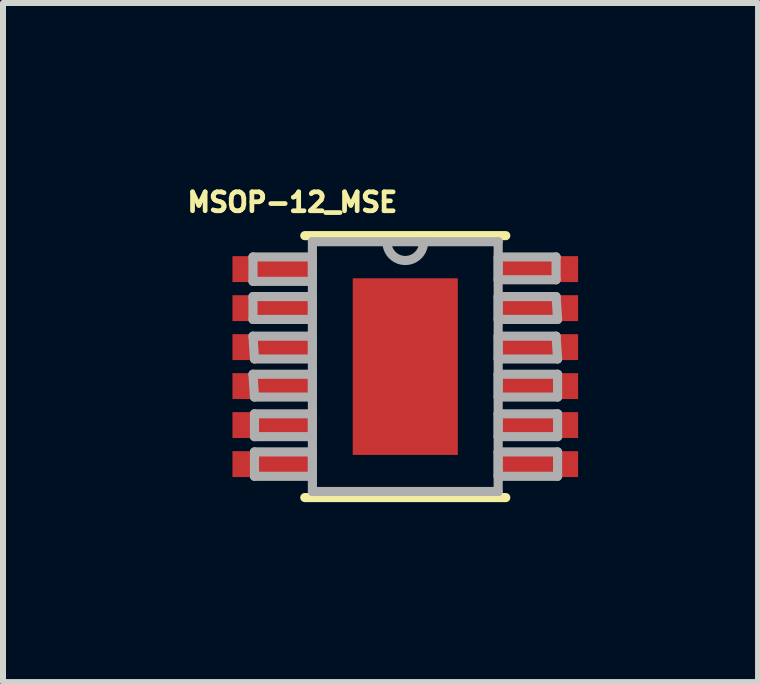
<source format=kicad_pcb>
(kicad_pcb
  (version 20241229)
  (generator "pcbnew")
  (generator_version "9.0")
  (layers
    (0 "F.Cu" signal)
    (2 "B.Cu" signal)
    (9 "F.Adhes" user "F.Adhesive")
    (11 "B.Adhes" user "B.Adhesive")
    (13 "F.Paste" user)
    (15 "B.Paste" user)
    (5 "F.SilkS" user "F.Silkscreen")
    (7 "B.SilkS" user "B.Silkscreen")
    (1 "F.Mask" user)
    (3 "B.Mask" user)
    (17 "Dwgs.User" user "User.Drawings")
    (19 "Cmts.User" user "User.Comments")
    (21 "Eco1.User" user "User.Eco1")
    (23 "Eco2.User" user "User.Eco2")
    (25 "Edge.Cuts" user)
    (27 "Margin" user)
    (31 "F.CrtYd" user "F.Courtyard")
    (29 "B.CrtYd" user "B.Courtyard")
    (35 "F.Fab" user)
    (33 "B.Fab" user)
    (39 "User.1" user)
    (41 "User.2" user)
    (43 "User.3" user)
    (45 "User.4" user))
  (footprint "MSOP-12_MSE"
    (layer "F.Cu")
    (at 3.709 3.064)
    (property "Reference" "MSOP-12_MSE" (at -1.883 -2.741 0) (layer "F.SilkS") (effects (font (size 0.315 0.315) (thickness 0.15))))
    (attr smd)
    (fp_line (start -1.676 2.184) (end 1.676 2.184) (stroke (width 0.152) (type solid)) (layer "F.SilkS"))
    (fp_line (start 1.676 -2.184) (end -1.676 -2.184) (stroke (width 0.152) (type solid)) (layer "F.SilkS"))
    (fp_poly (pts (xy -0.776 -1.373) (xy -0.776 -0.1) (xy 0.776 -0.1) (xy 0.776 -1.373)) (stroke (width 0.025) (type solid)) (fill yes) (layer "F.Paste"))
    (fp_poly (pts (xy -0.776 0.1) (xy -0.776 1.373) (xy 0.776 1.373) (xy 0.776 0.1)) (stroke (width 0.025) (type solid)) (fill yes) (layer "F.Paste"))
    (fp_line (start -2.54 -1.829) (end -2.54 -1.422) (stroke (width 0.152) (type solid)) (layer "F.Fab"))
    (fp_line (start -2.54 -1.422) (end -1.549 -1.422) (stroke (width 0.152) (type solid)) (layer "F.Fab"))
    (fp_line (start -2.54 -1.168) (end -2.54 -0.787) (stroke (width 0.152) (type solid)) (layer "F.Fab"))
    (fp_line (start -2.54 -0.787) (end -1.549 -0.787) (stroke (width 0.152) (type solid)) (layer "F.Fab"))
    (fp_line (start -2.54 -0.508) (end -2.515 -0.127) (stroke (width 0.152) (type solid)) (layer "F.Fab"))
    (fp_line (start -2.54 0.127) (end -2.515 0.508) (stroke (width 0.152) (type solid)) (layer "F.Fab"))
    (fp_line (start -2.515 -0.127) (end -1.549 -0.127) (stroke (width 0.152) (type solid)) (layer "F.Fab"))
    (fp_line (start -2.515 0.508) (end -1.549 0.508) (stroke (width 0.152) (type solid)) (layer "F.Fab"))
    (fp_line (start -2.515 0.787) (end -2.515 1.168) (stroke (width 0.152) (type solid)) (layer "F.Fab"))
    (fp_line (start -2.515 1.168) (end -1.549 1.168) (stroke (width 0.152) (type solid)) (layer "F.Fab"))
    (fp_line (start -2.515 1.422) (end -2.515 1.829) (stroke (width 0.152) (type solid)) (layer "F.Fab"))
    (fp_line (start -2.515 1.829) (end -1.549 1.829) (stroke (width 0.152) (type solid)) (layer "F.Fab"))
    (fp_line (start -1.549 -2.083) (end -1.549 2.083) (stroke (width 0.152) (type solid)) (layer "F.Fab"))
    (fp_line (start -1.549 -1.829) (end -2.54 -1.829) (stroke (width 0.152) (type solid)) (layer "F.Fab"))
    (fp_line (start -1.549 -1.422) (end -1.549 -1.829) (stroke (width 0.152) (type solid)) (layer "F.Fab"))
    (fp_line (start -1.549 -1.168) (end -2.54 -1.168) (stroke (width 0.152) (type solid)) (layer "F.Fab"))
    (fp_line (start -1.549 -0.787) (end -1.549 -1.168) (stroke (width 0.152) (type solid)) (layer "F.Fab"))
    (fp_line (start -1.549 -0.508) (end -2.54 -0.508) (stroke (width 0.152) (type solid)) (layer "F.Fab"))
    (fp_line (start -1.549 -0.127) (end -1.549 -0.508) (stroke (width 0.152) (type solid)) (layer "F.Fab"))
    (fp_line (start -1.549 0.127) (end -2.54 0.127) (stroke (width 0.152) (type solid)) (layer "F.Fab"))
    (fp_line (start -1.549 0.508) (end -1.549 0.127) (stroke (width 0.152) (type solid)) (layer "F.Fab"))
    (fp_line (start -1.549 0.787) (end -2.515 0.787) (stroke (width 0.152) (type solid)) (layer "F.Fab"))
    (fp_line (start -1.549 1.168) (end -1.549 0.787) (stroke (width 0.152) (type solid)) (layer "F.Fab"))
    (fp_line (start -1.549 1.422) (end -2.515 1.422) (stroke (width 0.152) (type solid)) (layer "F.Fab"))
    (fp_line (start -1.549 1.829) (end -1.549 1.422) (stroke (width 0.152) (type solid)) (layer "F.Fab"))
    (fp_line (start -1.549 2.083) (end 1.549 2.083) (stroke (width 0.152) (type solid)) (layer "F.Fab"))
    (fp_line (start 0.305 -2.083) (end -1.549 -2.083) (stroke (width 0.152) (type solid)) (layer "F.Fab"))
    (fp_line (start 1.549 -2.083) (end 0.305 -2.083) (stroke (width 0.152) (type solid)) (layer "F.Fab"))
    (fp_line (start 1.549 -1.829) (end 1.549 -1.448) (stroke (width 0.152) (type solid)) (layer "F.Fab"))
    (fp_line (start 1.549 -1.448) (end 2.515 -1.448) (stroke (width 0.152) (type solid)) (layer "F.Fab"))
    (fp_line (start 1.549 -1.168) (end 1.549 -0.787) (stroke (width 0.152) (type solid)) (layer "F.Fab"))
    (fp_line (start 1.549 -0.787) (end 2.54 -0.787) (stroke (width 0.152) (type solid)) (layer "F.Fab"))
    (fp_line (start 1.549 -0.508) (end 1.549 -0.127) (stroke (width 0.152) (type solid)) (layer "F.Fab"))
    (fp_line (start 1.549 -0.127) (end 2.54 -0.127) (stroke (width 0.152) (type solid)) (layer "F.Fab"))
    (fp_line (start 1.549 0.127) (end 1.549 0.508) (stroke (width 0.152) (type solid)) (layer "F.Fab"))
    (fp_line (start 1.549 0.508) (end 2.54 0.508) (stroke (width 0.152) (type solid)) (layer "F.Fab"))
    (fp_line (start 1.549 0.787) (end 1.549 1.168) (stroke (width 0.152) (type solid)) (layer "F.Fab"))
    (fp_line (start 1.549 1.168) (end 2.54 1.168) (stroke (width 0.152) (type solid)) (layer "F.Fab"))
    (fp_line (start 1.549 1.422) (end 1.549 1.829) (stroke (width 0.152) (type solid)) (layer "F.Fab"))
    (fp_line (start 1.549 1.829) (end 2.54 1.829) (stroke (width 0.152) (type solid)) (layer "F.Fab"))
    (fp_line (start 1.549 2.083) (end 1.549 -2.083) (stroke (width 0.152) (type solid)) (layer "F.Fab"))
    (fp_line (start 2.515 -1.829) (end 1.549 -1.829) (stroke (width 0.152) (type solid)) (layer "F.Fab"))
    (fp_line (start 2.515 -1.448) (end 2.515 -1.829) (stroke (width 0.152) (type solid)) (layer "F.Fab"))
    (fp_line (start 2.515 -1.168) (end 1.549 -1.168) (stroke (width 0.152) (type solid)) (layer "F.Fab"))
    (fp_line (start 2.515 -0.508) (end 1.549 -0.508) (stroke (width 0.152) (type solid)) (layer "F.Fab"))
    (fp_line (start 2.54 -0.787) (end 2.515 -1.168) (stroke (width 0.152) (type solid)) (layer "F.Fab"))
    (fp_line (start 2.54 -0.127) (end 2.515 -0.508) (stroke (width 0.152) (type solid)) (layer "F.Fab"))
    (fp_line (start 2.54 0.127) (end 1.549 0.127) (stroke (width 0.152) (type solid)) (layer "F.Fab"))
    (fp_line (start 2.54 0.508) (end 2.54 0.127) (stroke (width 0.152) (type solid)) (layer "F.Fab"))
    (fp_line (start 2.54 0.787) (end 1.549 0.787) (stroke (width 0.152) (type solid)) (layer "F.Fab"))
    (fp_line (start 2.54 1.168) (end 2.54 0.787) (stroke (width 0.152) (type solid)) (layer "F.Fab"))
    (fp_line (start 2.54 1.422) (end 1.549 1.422) (stroke (width 0.152) (type solid)) (layer "F.Fab"))
    (fp_line (start 2.54 1.829) (end 2.54 1.422) (stroke (width 0.152) (type solid)) (layer "F.Fab"))
    (fp_arc (start 0.3048 -2.0828) (mid 0.0127 -1.7653) (end -0.3048 -2.0574) (stroke (width 0.1524) (type solid)) (layer "F.Fab"))
    (pad "1" smd rect (at -2.184 -1.626) (size 1.397 0.432) (layers "F.Cu" "F.Mask" "F.Paste"))
    (pad "2" smd rect (at -2.184 -0.975) (size 1.397 0.432) (layers "F.Cu" "F.Mask" "F.Paste"))
    (pad "3" smd rect (at -2.184 -0.325) (size 1.397 0.432) (layers "F.Cu" "F.Mask" "F.Paste"))
    (pad "4" smd rect (at -2.184 0.325) (size 1.397 0.432) (layers "F.Cu" "F.Mask" "F.Paste"))
    (pad "5" smd rect (at -2.184 0.975) (size 1.397 0.432) (layers "F.Cu" "F.Mask" "F.Paste"))
    (pad "6" smd rect (at -2.184 1.626) (size 1.397 0.432) (layers "F.Cu" "F.Mask" "F.Paste"))
    (pad "7" smd rect (at 2.184 1.626) (size 1.397 0.432) (layers "F.Cu" "F.Mask" "F.Paste"))
    (pad "8" smd rect (at 2.184 0.975) (size 1.397 0.432) (layers "F.Cu" "F.Mask" "F.Paste"))
    (pad "9" smd rect (at 2.184 0.325) (size 1.397 0.432) (layers "F.Cu" "F.Mask" "F.Paste"))
    (pad "10" smd rect (at 2.184 -0.325) (size 1.397 0.432) (layers "F.Cu" "F.Mask" "F.Paste"))
    (pad "11" smd rect (at 2.184 -0.975) (size 1.397 0.432) (layers "F.Cu" "F.Mask" "F.Paste"))
    (pad "12" smd rect (at 2.184 -1.626) (size 1.397 0.432) (layers "F.Cu" "F.Mask" "F.Paste"))
    (pad "13" smd rect (at 0 0) (size 1.753 2.946) (layers "F.Cu" "F.Mask")))
  (gr_rect
    (start -3 -3)
    (end 9.592 8.325)
    (stroke (width 0.1) (type default))
    (fill no)
    (layer "Edge.Cuts")))
</source>
